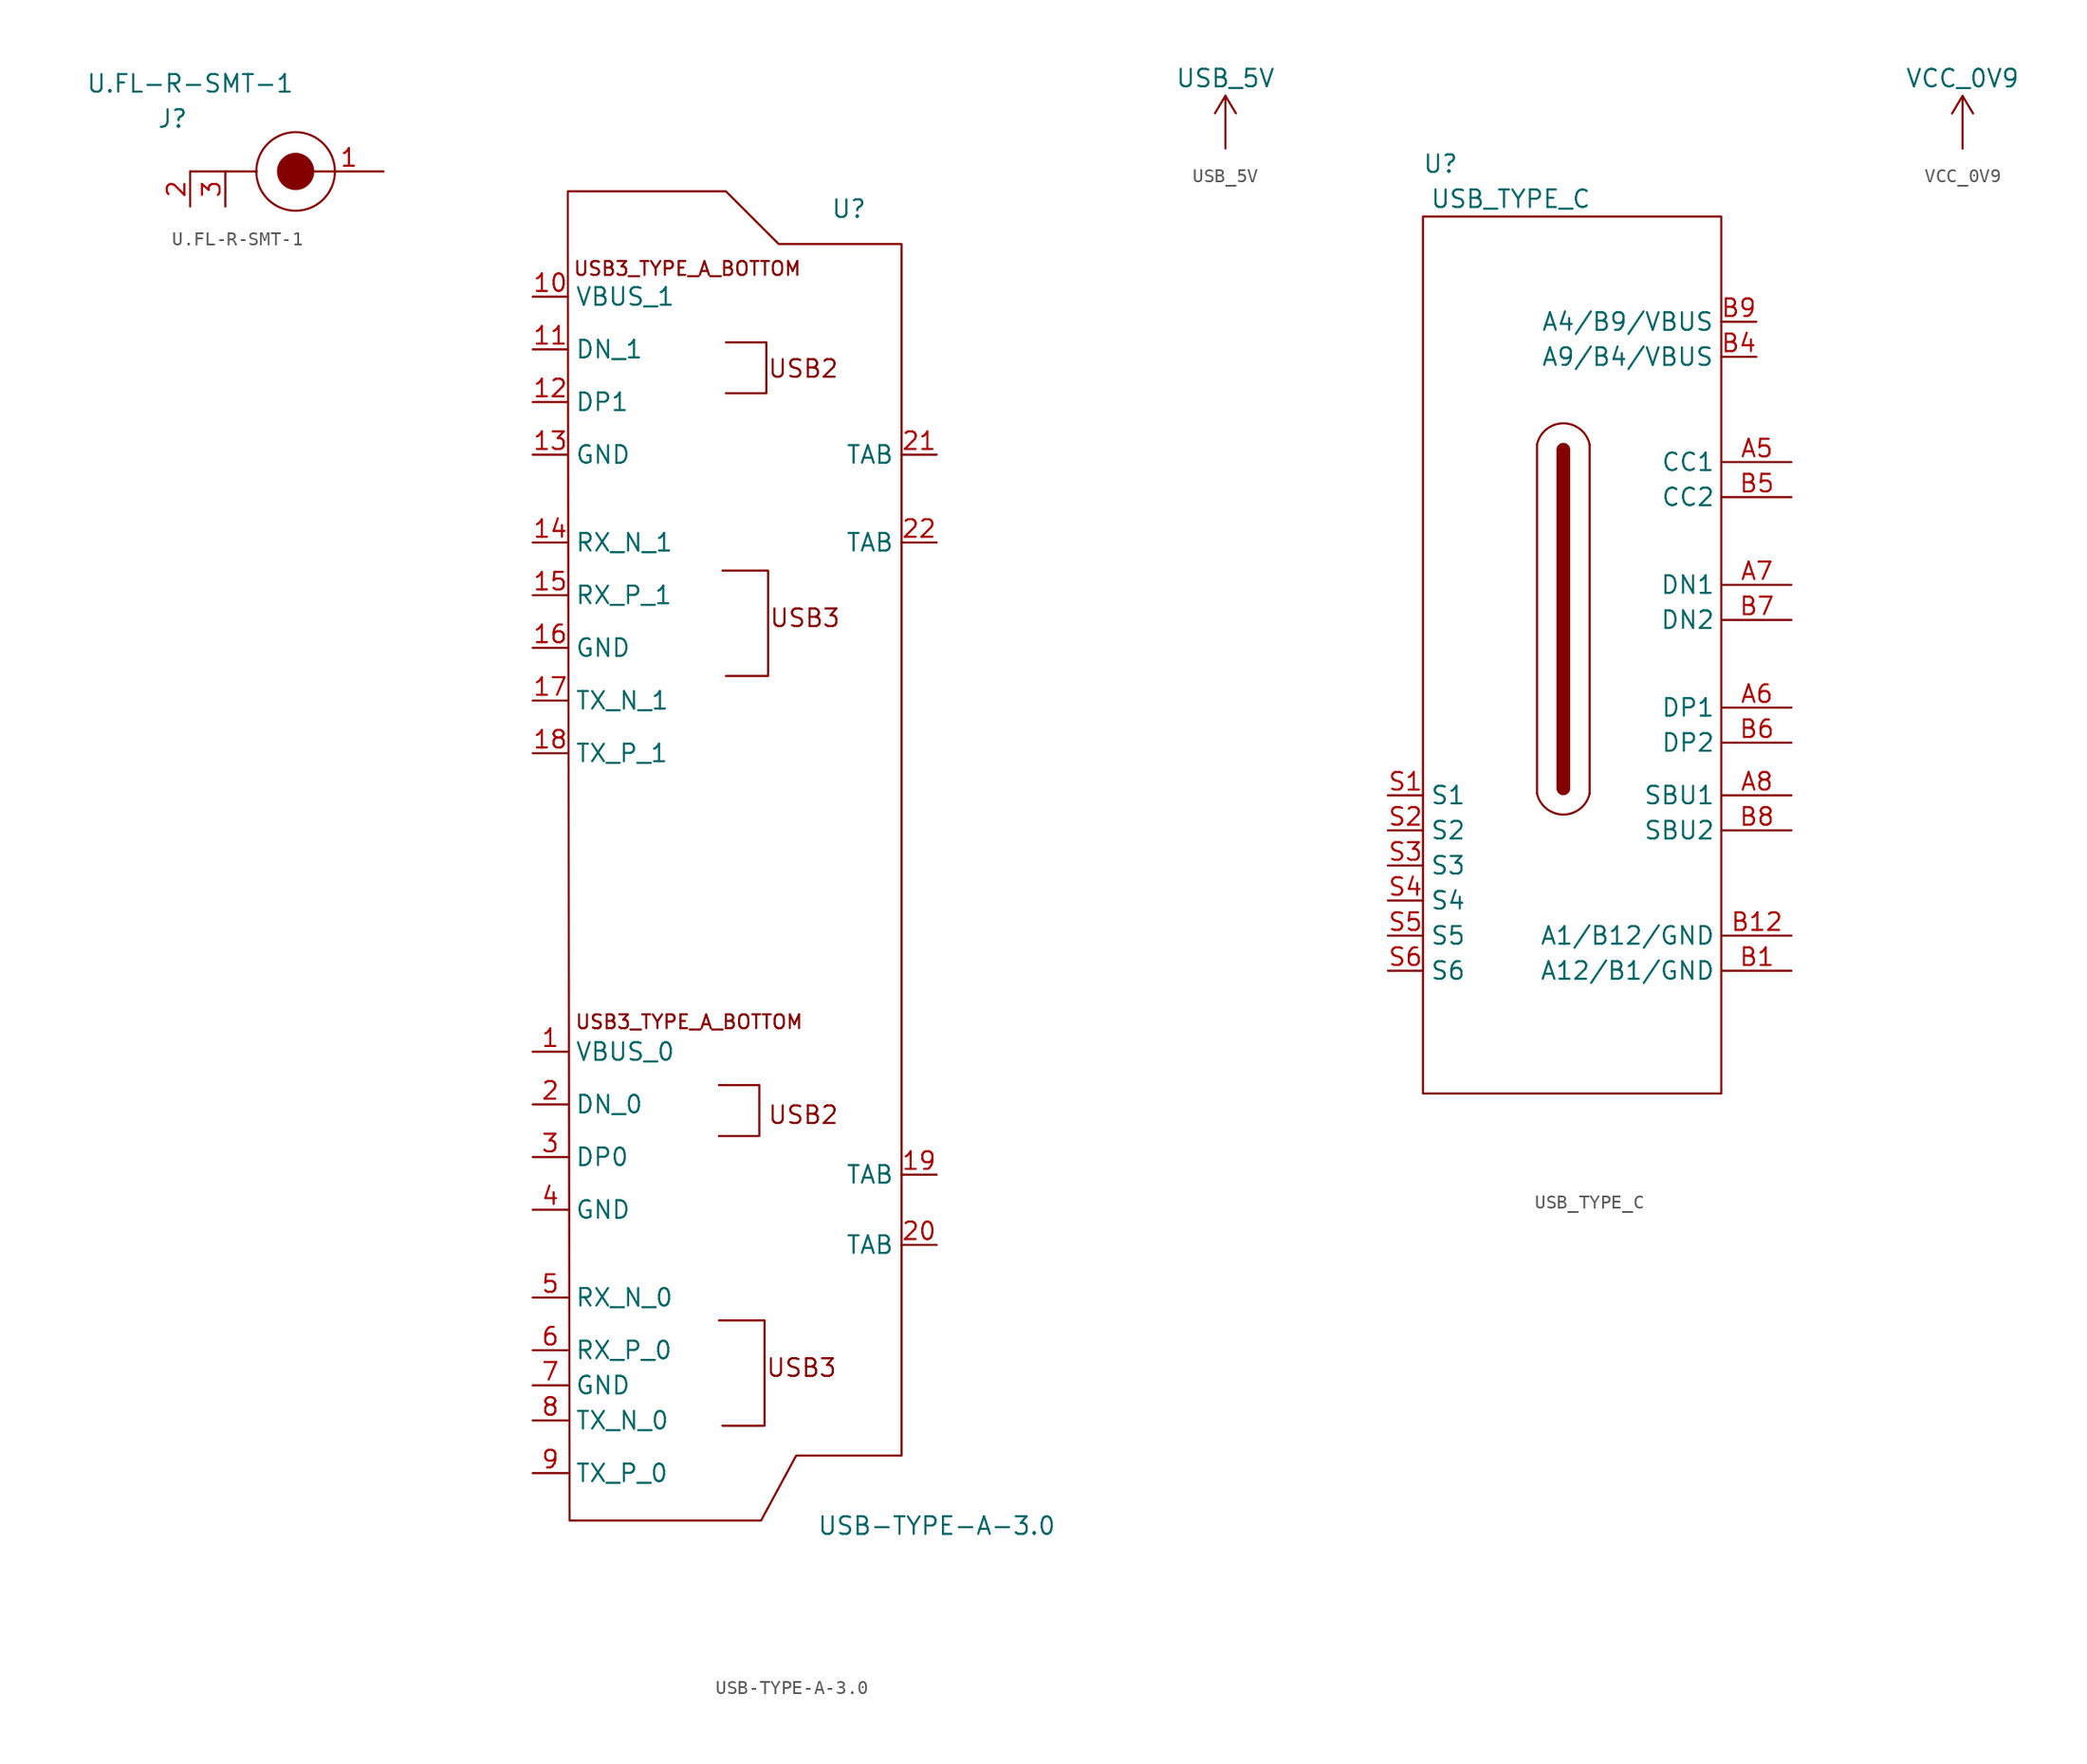
<source format=kicad_sym>
(kicad_symbol_lib
  (version 20201005)
  (generator kicad_symbol_editor)
  (symbol "BeagleV:U.FL-R-SMT-1"
    (property "Reference" "J"
      (at -8.89 3.81 0)
      (effects (font (size 1.27 1.27))))
    (property "Value" "U.FL-R-SMT-1"
      (at -7.62 6.35 0)
      (effects (font (size 1.27 1.27))))
    (symbol "U.FL-R-SMT-1_0_1"
      (circle (center 0 0) (radius 2.84) (stroke (width 0.152)) (fill (type none)))
      (circle (center 0 0) (radius 1.27) (stroke (width 0.152)) (fill (type outline)))
      (polyline (pts (xy -2.794 0) (xy -7.62 0) (xy -7.62 0)) (stroke (width 0.152)) (fill (type none))))
    (symbol "U.FL-R-SMT-1_1_1"
      (pin passive line (at 6.35 0 180) (length 5) (name "" (effects (font (size 1.27 1.27)))) (number "1" (effects (font (size 1.27 1.27)))))
      (pin passive line (at -7.62 -2.54 90) (length 2.54) (name "" (effects (font (size 1.27 1.27)))) (number "2" (effects (font (size 1.27 1.27)))))
      (pin passive line (at -5.08 -2.54 90) (length 2.54) (name "" (effects (font (size 1.27 1.27)))) (number "3" (effects (font (size 1.27 1.27)))))))
  (symbol "BeagleV:USB-TYPE-A-3.0"
    (property "Reference" "U"
      (at 2.54 48.26 0)
      (effects (font (size 1.27 1.27))))
    (property "Value" "USB-TYPE-A-3.0"
      (at 8.89 -46.99 0)
      (effects (font (size 1.27 1.27))))
    (symbol "USB-TYPE-A-3.0_0_0"
      (text "USB2" (at -0.762 -17.272 0) (effects (font (size 1.27 1.27))))
      (text "USB2" (at -0.762 36.703 0) (effects (font (size 1.27 1.27))))
      (text "USB3" (at -0.889 -35.56 0) (effects (font (size 1.27 1.27))))
      (text "USB3" (at -0.635 18.669 0) (effects (font (size 1.27 1.27))))
      (text "USB3_TYPE_A_BOTTOM" (at -9.144 43.942 0) (effects (font (size 1 1))))
      (text "USB3_TYPE_A_BOTTOM" (at -9.017 -10.541 0) (effects (font (size 1 1))))
      (polyline (pts (xy -6.858 -32.131) (xy -3.556 -32.131) (xy -3.556 -39.751) (xy -6.604 -39.751)) (stroke (width 0.152)) (fill (type none)))
      (polyline (pts (xy -6.858 -15.113) (xy -3.937 -15.113) (xy -3.937 -18.796) (xy -6.858 -18.796)) (stroke (width 0.152)) (fill (type none)))
      (polyline (pts (xy -6.604 22.098) (xy -3.302 22.098) (xy -3.302 14.478) (xy -6.35 14.478)) (stroke (width 0.152)) (fill (type none)))
      (polyline (pts (xy -6.35 38.608) (xy -3.429 38.608) (xy -3.429 34.925) (xy -6.35 34.925)) (stroke (width 0.152)) (fill (type none))))
    (symbol "USB-TYPE-A-3.0_0_1"
      (polyline (pts (xy -17.78 45.72) (xy -17.653 -46.609) (xy -5.207 -46.609) (xy -3.81 -46.609) (xy -1.27 -41.91) (xy 6.35 -41.91) (xy 6.35 41.91) (xy 6.35 45.72) (xy -2.54 45.72) (xy -6.35 49.53) (xy -17.78 49.53) (xy -17.78 45.72)) (stroke (width 0.152)) (fill (type none))))
    (symbol "USB-TYPE-A-3.0_1_1"
      (pin power_in line (at -20.32 -12.7 0) (length 2.54) (name "VBUS_0" (effects (font (size 1.27 1.27)))) (number "1" (effects (font (size 1.27 1.27)))))
      (pin power_in line (at -20.32 41.91 0) (length 2.54) (name "VBUS_1" (effects (font (size 1.27 1.27)))) (number "10" (effects (font (size 1.27 1.27)))))
      (pin bidirectional line (at -20.32 38.1 0) (length 2.54) (name "DN_1" (effects (font (size 1.27 1.27)))) (number "11" (effects (font (size 1.27 1.27)))))
      (pin bidirectional line (at -20.32 34.29 0) (length 2.54) (name "DP1" (effects (font (size 1.27 1.27)))) (number "12" (effects (font (size 1.27 1.27)))))
      (pin power_in line (at -20.32 30.48 0) (length 2.54) (name "GND" (effects (font (size 1.27 1.27)))) (number "13" (effects (font (size 1.27 1.27)))))
      (pin input line (at -20.32 24.13 0) (length 2.54) (name "RX_N_1" (effects (font (size 1.27 1.27)))) (number "14" (effects (font (size 1.27 1.27)))))
      (pin input line (at -20.32 20.32 0) (length 2.54) (name "RX_P_1" (effects (font (size 1.27 1.27)))) (number "15" (effects (font (size 1.27 1.27)))))
      (pin input line (at -20.32 16.51 0) (length 2.54) (name "GND" (effects (font (size 1.27 1.27)))) (number "16" (effects (font (size 1.27 1.27)))))
      (pin output line (at -20.32 12.7 0) (length 2.54) (name "TX_N_1" (effects (font (size 1.27 1.27)))) (number "17" (effects (font (size 1.27 1.27)))))
      (pin output line (at -20.32 8.89 0) (length 2.54) (name "TX_P_1" (effects (font (size 1.27 1.27)))) (number "18" (effects (font (size 1.27 1.27)))))
      (pin power_out line (at 8.89 -21.59 180) (length 2.56) (name "TAB" (effects (font (size 1.27 1.27)))) (number "19" (effects (font (size 1.27 1.27)))))
      (pin bidirectional line (at -20.32 -16.51 0) (length 2.54) (name "DN_0" (effects (font (size 1.27 1.27)))) (number "2" (effects (font (size 1.27 1.27)))))
      (pin power_out line (at 8.89 -26.67 180) (length 2.56) (name "TAB" (effects (font (size 1.27 1.27)))) (number "20" (effects (font (size 1.27 1.27)))))
      (pin power_out line (at 8.89 30.48 180) (length 2.56) (name "TAB" (effects (font (size 1.27 1.27)))) (number "21" (effects (font (size 1.27 1.27)))))
      (pin power_out line (at 8.89 24.13 180) (length 2.56) (name "TAB" (effects (font (size 1.27 1.27)))) (number "22" (effects (font (size 1.27 1.27)))))
      (pin bidirectional line (at -20.32 -20.32 0) (length 2.54) (name "DP0" (effects (font (size 1.27 1.27)))) (number "3" (effects (font (size 1.27 1.27)))))
      (pin power_in line (at -20.32 -24.13 0) (length 2.54) (name "GND" (effects (font (size 1.27 1.27)))) (number "4" (effects (font (size 1.27 1.27)))))
      (pin input line (at -20.32 -30.48 0) (length 2.54) (name "RX_N_0" (effects (font (size 1.27 1.27)))) (number "5" (effects (font (size 1.27 1.27)))))
      (pin input line (at -20.32 -34.29 0) (length 2.54) (name "RX_P_0" (effects (font (size 1.27 1.27)))) (number "6" (effects (font (size 1.27 1.27)))))
      (pin input line (at -20.32 -36.83 0) (length 2.54) (name "GND" (effects (font (size 1.27 1.27)))) (number "7" (effects (font (size 1.27 1.27)))))
      (pin output line (at -20.32 -39.37 0) (length 2.54) (name "TX_N_0" (effects (font (size 1.27 1.27)))) (number "8" (effects (font (size 1.27 1.27)))))
      (pin output line (at -20.32 -43.18 0) (length 2.54) (name "TX_P_0" (effects (font (size 1.27 1.27)))) (number "9" (effects (font (size 1.27 1.27)))))))
  (symbol "BeagleV:USB_5V"
    (property "Reference" "P"
      (at 0 -1.27 0)
      (effects (font (size 1.27 1.27)) hide))
    (property "Value" "USB_5V"
      (at 0 5.08 0)
      (effects (font (size 1.27 1.27))))
    (symbol "USB_5V_0_1"
      (polyline (pts (xy 0 0) (xy 0 3.81)) (stroke (width 0)) (fill (type none)))
      (polyline (pts (xy 0 3.81) (xy -0.762 2.54)) (stroke (width 0)) (fill (type none)))
      (polyline (pts (xy 0 3.81) (xy 0.762 2.54)) (stroke (width 0)) (fill (type none))))
    (symbol "USB_5V_1_1"
      (pin power_in line (at 0 0 90) (length 0) hide (name "LDO_3V3" (effects (font (size 1.27 1.27)))) (number "1" (effects (font (size 1.27 1.27)))))))
  (symbol "BeagleV:USB_TYPE_C"
    (property "Reference" "U"
      (at -8.89 33.02 0)
      (effects (font (size 1.27 1.27))))
    (property "Value" "USB_TYPE_C"
      (at -3.81 30.48 0)
      (effects (font (size 1.27 1.27))))
    (symbol "USB_TYPE_C_0_0"
      (arc (start 1.905 -12.573) (end -1.905 -12.573) (radius (at 0 -12.1395) (length 1.9537) (angles -12.8 -167.2)) (stroke (width 0.1524)) (fill (type none)))
      (arc (start -1.905 12.7) (end 1.905 12.7) (radius (at 0 12.2854) (length 1.9496) (angles 167.7 12.3)) (stroke (width 0.1524)) (fill (type none)))
      (rectangle (start -10.16 29.21) (end 11.43 -34.29) (stroke (width 0.152)) (fill (type none)))
      (polyline (pts (xy -1.905 12.7) (xy -1.905 -12.573)) (stroke (width 0.152)) (fill (type none)))
      (polyline (pts (xy 0 12.319) (xy 0 -12.192)) (stroke (width 1)) (fill (type none)))
      (polyline (pts (xy 1.905 12.7) (xy 1.905 -12.573)) (stroke (width 0.152)) (fill (type none))))
    (symbol "USB_TYPE_C_1_1"
      (pin input line (at 16.51 11.43 180) (length 5) (name "CC1" (effects (font (size 1.27 1.27)))) (number "A5" (effects (font (size 1.27 1.27)))))
      (pin bidirectional line (at 16.51 -6.35 180) (length 5) (name "DP1" (effects (font (size 1.27 1.27)))) (number "A6" (effects (font (size 1.27 1.27)))))
      (pin bidirectional line (at 16.51 2.54 180) (length 5) (name "DN1" (effects (font (size 1.27 1.27)))) (number "A7" (effects (font (size 1.27 1.27)))))
      (pin bidirectional line (at 16.51 -12.7 180) (length 5) (name "SBU1" (effects (font (size 1.27 1.27)))) (number "A8" (effects (font (size 1.27 1.27)))))
      (pin power_in line (at 16.51 -25.4 180) (length 5) (name "A12/B1/GND" (effects (font (size 1.27 1.27)))) (number "B1" (effects (font (size 1.27 1.27)))))
      (pin power_in line (at 16.51 -22.86 180) (length 5) (name "A1/B12/GND" (effects (font (size 1.27 1.27)))) (number "B12" (effects (font (size 1.27 1.27)))))
      (pin power_in line (at 13.97 19.05 180) (length 2.54) (name "A9/B4/VBUS" (effects (font (size 1.27 1.27)))) (number "B4" (effects (font (size 1.27 1.27)))))
      (pin input line (at 16.51 8.89 180) (length 5) (name "CC2" (effects (font (size 1.27 1.27)))) (number "B5" (effects (font (size 1.27 1.27)))))
      (pin bidirectional line (at 16.51 -8.89 180) (length 5) (name "DP2" (effects (font (size 1.27 1.27)))) (number "B6" (effects (font (size 1.27 1.27)))))
      (pin bidirectional line (at 16.51 0 180) (length 5) (name "DN2" (effects (font (size 1.27 1.27)))) (number "B7" (effects (font (size 1.27 1.27)))))
      (pin bidirectional line (at 16.51 -15.24 180) (length 5) (name "SBU2" (effects (font (size 1.27 1.27)))) (number "B8" (effects (font (size 1.27 1.27)))))
      (pin power_in line (at 13.97 21.59 180) (length 2.54) (name "A4/B9/VBUS" (effects (font (size 1.27 1.27)))) (number "B9" (effects (font (size 1.27 1.27)))))
      (pin power_in line (at -12.7 -12.7 0) (length 2.54) (name "S1" (effects (font (size 1.27 1.27)))) (number "S1" (effects (font (size 1.27 1.27)))))
      (pin power_in line (at -12.7 -15.24 0) (length 2.54) (name "S2" (effects (font (size 1.27 1.27)))) (number "S2" (effects (font (size 1.27 1.27)))))
      (pin power_in line (at -12.7 -17.78 0) (length 2.54) (name "S3" (effects (font (size 1.27 1.27)))) (number "S3" (effects (font (size 1.27 1.27)))))
      (pin power_in line (at -12.7 -20.32 0) (length 2.54) (name "S4" (effects (font (size 1.27 1.27)))) (number "S4" (effects (font (size 1.27 1.27)))))
      (pin power_in line (at -12.7 -22.86 0) (length 2.54) (name "S5" (effects (font (size 1.27 1.27)))) (number "S5" (effects (font (size 1.27 1.27)))))
      (pin power_in line (at -12.7 -25.4 0) (length 2.54) (name "S6" (effects (font (size 1.27 1.27)))) (number "S6" (effects (font (size 1.27 1.27)))))))
  (symbol "BeagleV:VCC_0V9"
    (property "Reference" "P"
      (at 0 0 0)
      (effects (font (size 1.27 1.27)) hide))
    (property "Value" "VCC_0V9"
      (at 0 7.62 0)
      (effects (font (size 1.27 1.27))))
    (symbol "VCC_0V9_0_1"
      (polyline (pts (xy 0 2.54) (xy 0 6.35)) (stroke (width 0)) (fill (type none)))
      (polyline (pts (xy 0 6.35) (xy -0.762 5.08)) (stroke (width 0)) (fill (type none)))
      (polyline (pts (xy 0 6.35) (xy 0.762 5.08)) (stroke (width 0)) (fill (type none))))
    (symbol "VCC_0V9_1_1"
      (pin power_in line (at 0 2.54 90) (length 0) hide (name "LDO_3V3" (effects (font (size 1.27 1.27)))) (number "1" (effects (font (size 1.27 1.27))))))))
</source>
